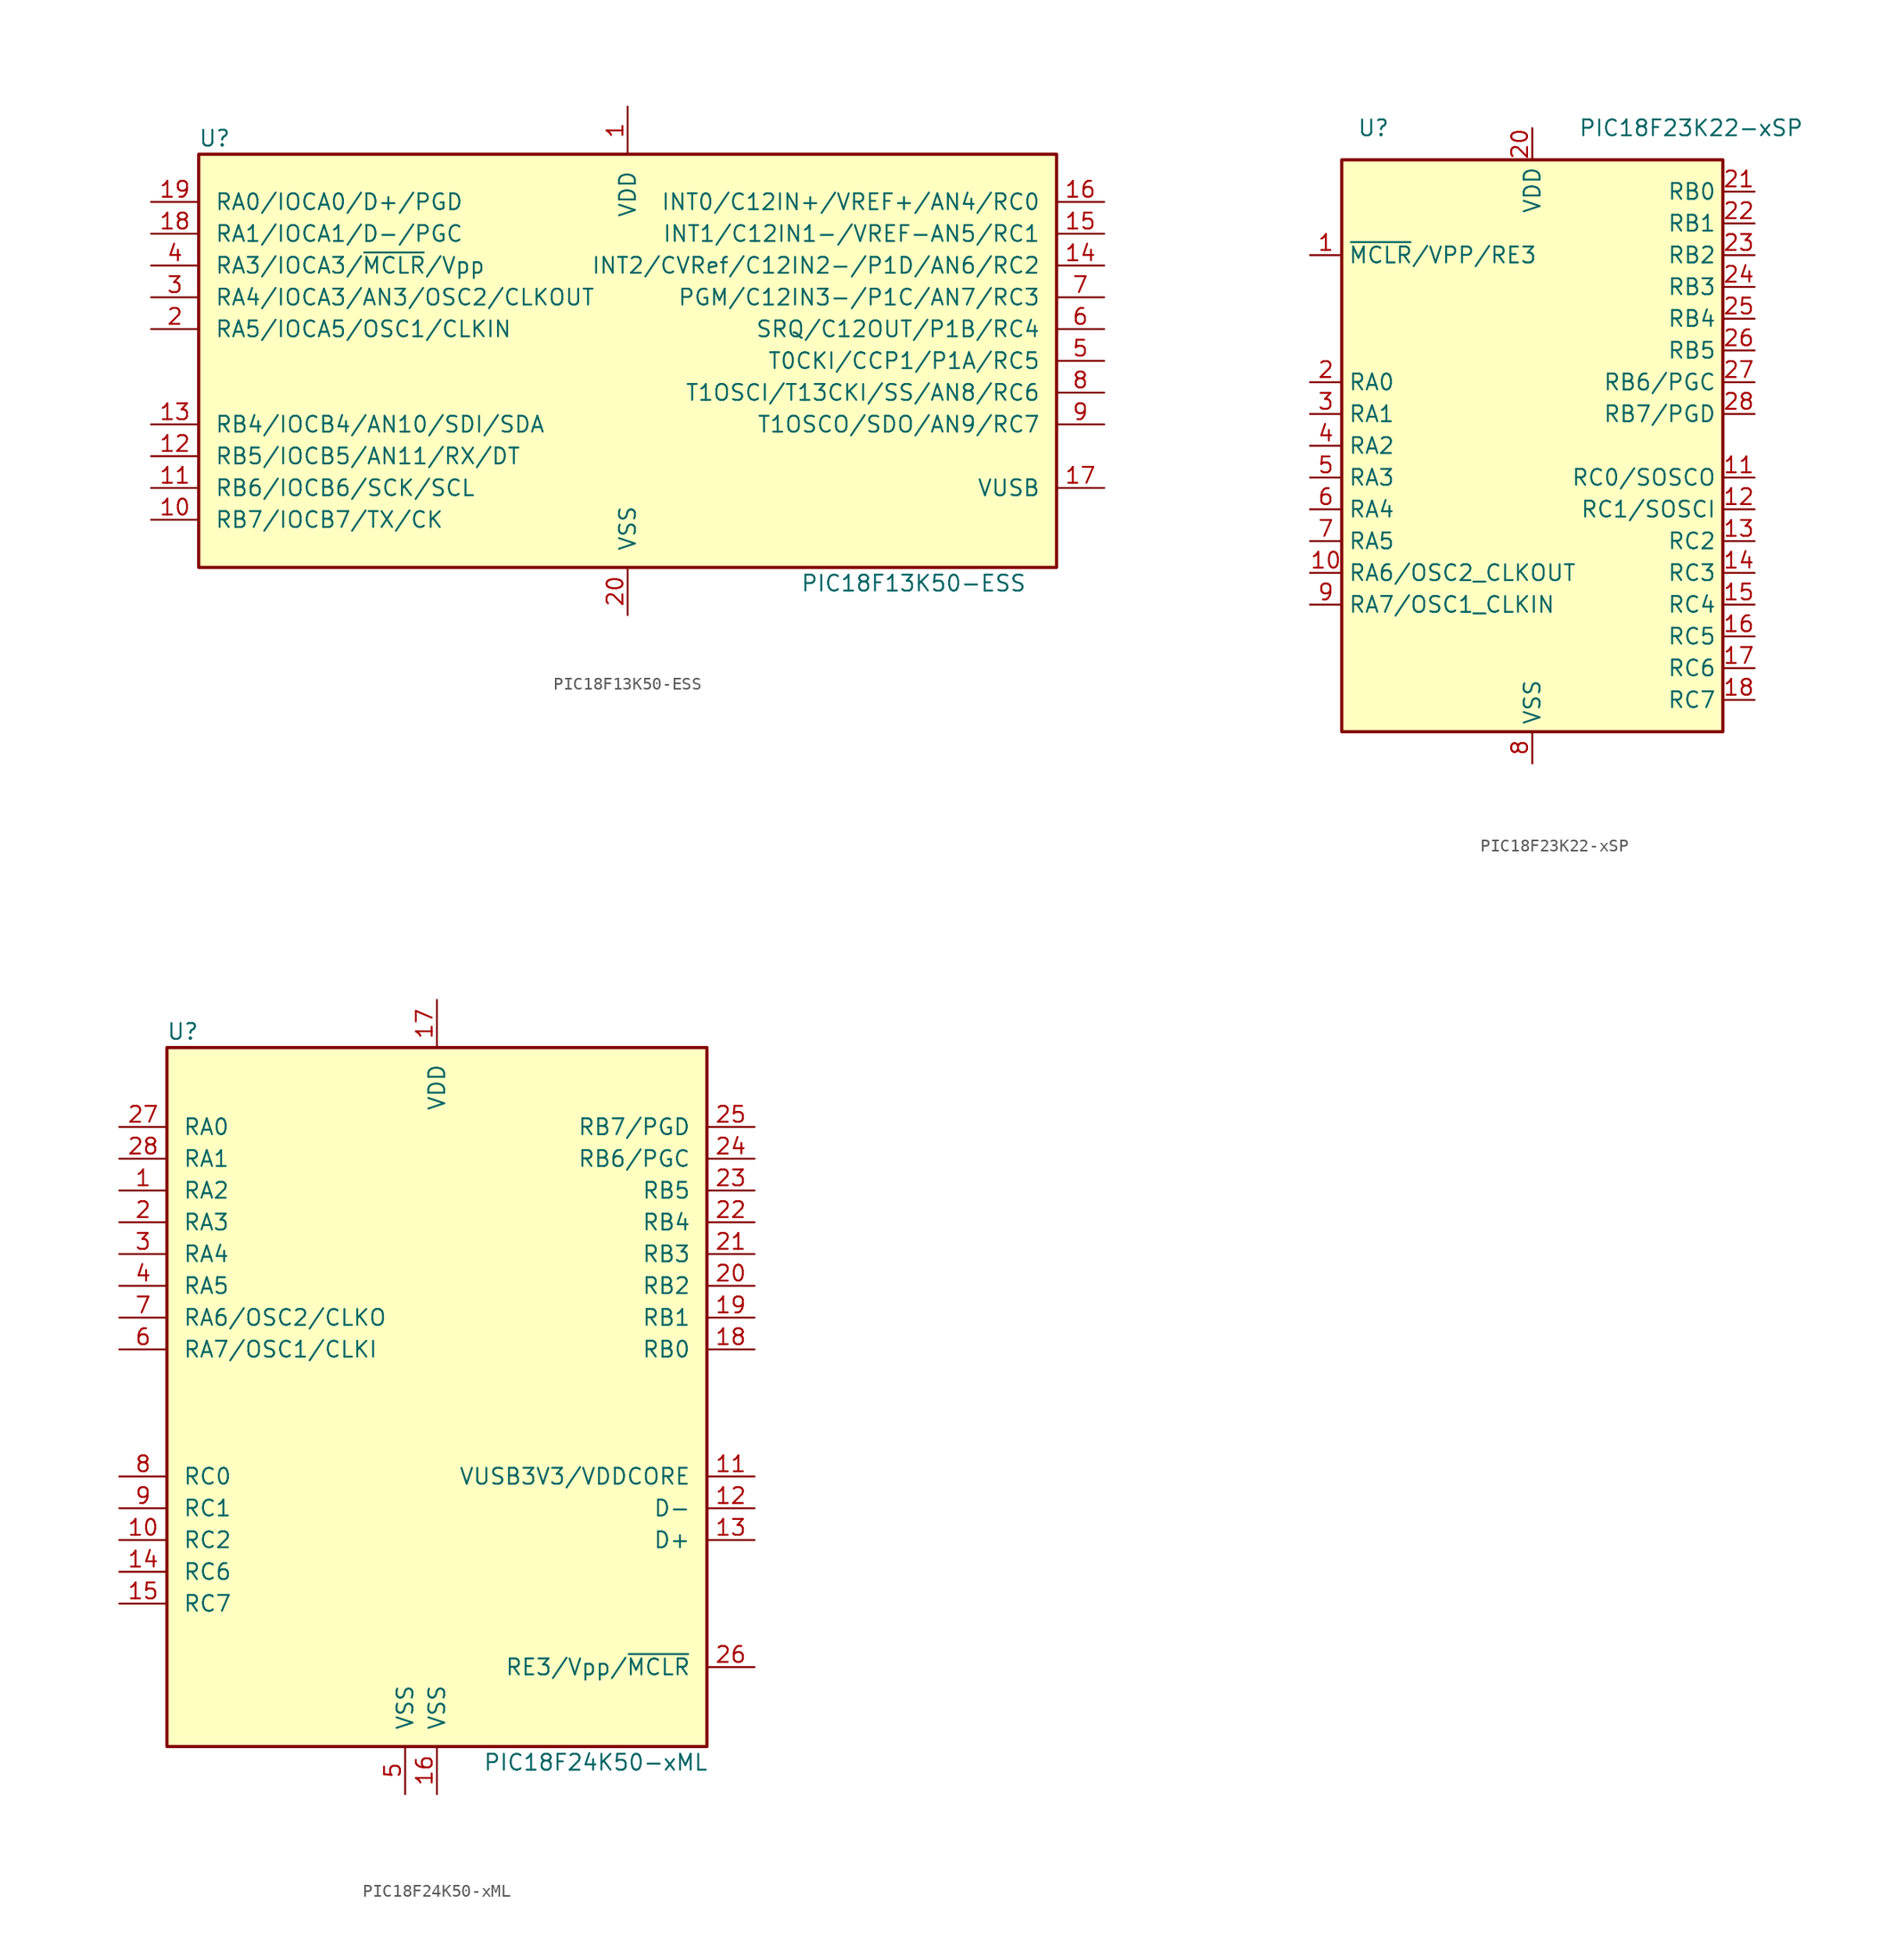
<source format=kicad_sym>
(kicad_symbol_lib
  (version 20220914)
  (generator kicad_symbol_editor)
  (symbol "PIC18F13K50-ESS"
    (pin_names
      (offset 1.27))
    (property "Reference" "U"
      (at -33.02 17.78 0)
      (effects (font (size 1.27 1.27))))
    (property "Value" "PIC18F13K50-ESS"
      (at 22.86 -17.78 0)
      (effects (font (size 1.27 1.27))))
    (symbol "PIC18F13K50-ESS_0_1"
      (rectangle (start -34.29 16.51) (end 34.29 -16.51) (stroke (width 0.254) (type default)) (fill (type background))))
    (symbol "PIC18F13K50-ESS_1_1"
      (pin power_in line (at 0 20.32 270) (length 3.81) (name "VDD" (effects (font (size 1.27 1.27)))) (number "1" (effects (font (size 1.27 1.27)))))
      (pin bidirectional line (at -38.1 -12.7 0) (length 3.81) (name "RB7/IOCB7/TX/CK" (effects (font (size 1.27 1.27)))) (number "10" (effects (font (size 1.27 1.27)))))
      (pin bidirectional line (at -38.1 -10.16 0) (length 3.81) (name "RB6/IOCB6/SCK/SCL" (effects (font (size 1.27 1.27)))) (number "11" (effects (font (size 1.27 1.27)))))
      (pin bidirectional line (at -38.1 -7.62 0) (length 3.81) (name "RB5/IOCB5/AN11/RX/DT" (effects (font (size 1.27 1.27)))) (number "12" (effects (font (size 1.27 1.27)))))
      (pin bidirectional line (at -38.1 -5.08 0) (length 3.81) (name "RB4/IOCB4/AN10/SDI/SDA" (effects (font (size 1.27 1.27)))) (number "13" (effects (font (size 1.27 1.27)))))
      (pin bidirectional line (at 38.1 7.62 180) (length 3.81) (name "INT2/CVRef/C12IN2-/P1D/AN6/RC2" (effects (font (size 1.27 1.27)))) (number "14" (effects (font (size 1.27 1.27)))))
      (pin bidirectional line (at 38.1 10.16 180) (length 3.81) (name "INT1/C12IN1-/VREF-AN5/RC1" (effects (font (size 1.27 1.27)))) (number "15" (effects (font (size 1.27 1.27)))))
      (pin bidirectional line (at 38.1 12.7 180) (length 3.81) (name "INT0/C12IN+/VREF+/AN4/RC0" (effects (font (size 1.27 1.27)))) (number "16" (effects (font (size 1.27 1.27)))))
      (pin passive line (at 38.1 -10.16 180) (length 3.81) (name "VUSB" (effects (font (size 1.27 1.27)))) (number "17" (effects (font (size 1.27 1.27)))))
      (pin bidirectional line (at -38.1 10.16 0) (length 3.81) (name "RA1/IOCA1/D-/PGC" (effects (font (size 1.27 1.27)))) (number "18" (effects (font (size 1.27 1.27)))))
      (pin bidirectional line (at -38.1 12.7 0) (length 3.81) (name "RA0/IOCA0/D+/PGD" (effects (font (size 1.27 1.27)))) (number "19" (effects (font (size 1.27 1.27)))))
      (pin bidirectional line (at -38.1 2.54 0) (length 3.81) (name "RA5/IOCA5/OSC1/CLKIN" (effects (font (size 1.27 1.27)))) (number "2" (effects (font (size 1.27 1.27)))))
      (pin power_in line (at 0 -20.32 90) (length 3.81) (name "VSS" (effects (font (size 1.27 1.27)))) (number "20" (effects (font (size 1.27 1.27)))))
      (pin bidirectional line (at -38.1 5.08 0) (length 3.81) (name "RA4/IOCA3/AN3/OSC2/CLKOUT" (effects (font (size 1.27 1.27)))) (number "3" (effects (font (size 1.27 1.27)))))
      (pin input line (at -38.1 7.62 0) (length 3.81) (name "RA3/IOCA3/~{MCLR}/Vpp" (effects (font (size 1.27 1.27)))) (number "4" (effects (font (size 1.27 1.27)))))
      (pin bidirectional line (at 38.1 0 180) (length 3.81) (name "T0CKI/CCP1/P1A/RC5" (effects (font (size 1.27 1.27)))) (number "5" (effects (font (size 1.27 1.27)))))
      (pin bidirectional line (at 38.1 2.54 180) (length 3.81) (name "SRQ/C12OUT/P1B/RC4" (effects (font (size 1.27 1.27)))) (number "6" (effects (font (size 1.27 1.27)))))
      (pin bidirectional line (at 38.1 5.08 180) (length 3.81) (name "PGM/C12IN3-/P1C/AN7/RC3" (effects (font (size 1.27 1.27)))) (number "7" (effects (font (size 1.27 1.27)))))
      (pin bidirectional line (at 38.1 -2.54 180) (length 3.81) (name "T1OSCI/T13CKI/SS/AN8/RC6" (effects (font (size 1.27 1.27)))) (number "8" (effects (font (size 1.27 1.27)))))
      (pin bidirectional line (at 38.1 -5.08 180) (length 3.81) (name "T1OSCO/SDO/AN9/RC7" (effects (font (size 1.27 1.27)))) (number "9" (effects (font (size 1.27 1.27)))))))
  (symbol "PIC18F23K22-xSP"
    (property "Reference" "U"
      (at -12.7 25.4 0)
      (effects (font (size 1.27 1.27))))
    (property "Value" "PIC18F23K22-xSP"
      (at 12.7 25.4 0)
      (effects (font (size 1.27 1.27))))
    (symbol "PIC18F23K22-xSP_1_1"
      (rectangle (start -15.24 22.86) (end 15.24 -22.86) (stroke (width 0.254) (type default)) (fill (type background)))
      (pin input line (at -17.78 15.24 0) (length 2.54) (name "~{MCLR}/VPP/RE3" (effects (font (size 1.27 1.27)))) (number "1" (effects (font (size 1.27 1.27)))))
      (pin bidirectional line (at -17.78 -10.16 0) (length 2.54) (name "RA6/OSC2_CLKOUT" (effects (font (size 1.27 1.27)))) (number "10" (effects (font (size 1.27 1.27)))))
      (pin bidirectional line (at 17.78 -2.54 180) (length 2.54) (name "RC0/SOSCO" (effects (font (size 1.27 1.27)))) (number "11" (effects (font (size 1.27 1.27)))))
      (pin bidirectional line (at 17.78 -5.08 180) (length 2.54) (name "RC1/SOSCI" (effects (font (size 1.27 1.27)))) (number "12" (effects (font (size 1.27 1.27)))))
      (pin bidirectional line (at 17.78 -7.62 180) (length 2.54) (name "RC2" (effects (font (size 1.27 1.27)))) (number "13" (effects (font (size 1.27 1.27)))))
      (pin bidirectional line (at 17.78 -10.16 180) (length 2.54) (name "RC3" (effects (font (size 1.27 1.27)))) (number "14" (effects (font (size 1.27 1.27)))))
      (pin bidirectional line (at 17.78 -12.7 180) (length 2.54) (name "RC4" (effects (font (size 1.27 1.27)))) (number "15" (effects (font (size 1.27 1.27)))))
      (pin bidirectional line (at 17.78 -15.24 180) (length 2.54) (name "RC5" (effects (font (size 1.27 1.27)))) (number "16" (effects (font (size 1.27 1.27)))))
      (pin bidirectional line (at 17.78 -17.78 180) (length 2.54) (name "RC6" (effects (font (size 1.27 1.27)))) (number "17" (effects (font (size 1.27 1.27)))))
      (pin bidirectional line (at 17.78 -20.32 180) (length 2.54) (name "RC7" (effects (font (size 1.27 1.27)))) (number "18" (effects (font (size 1.27 1.27)))))
      (pin passive line (at 0 -25.4 90) (length 2.54) hide (name "VSS" (effects (font (size 1.27 1.27)))) (number "19" (effects (font (size 1.27 1.27)))))
      (pin bidirectional line (at -17.78 5.08 0) (length 2.54) (name "RA0" (effects (font (size 1.27 1.27)))) (number "2" (effects (font (size 1.27 1.27)))))
      (pin power_in line (at 0 25.4 270) (length 2.54) (name "VDD" (effects (font (size 1.27 1.27)))) (number "20" (effects (font (size 1.27 1.27)))))
      (pin bidirectional line (at 17.78 20.32 180) (length 2.54) (name "RB0" (effects (font (size 1.27 1.27)))) (number "21" (effects (font (size 1.27 1.27)))))
      (pin bidirectional line (at 17.78 17.78 180) (length 2.54) (name "RB1" (effects (font (size 1.27 1.27)))) (number "22" (effects (font (size 1.27 1.27)))))
      (pin bidirectional line (at 17.78 15.24 180) (length 2.54) (name "RB2" (effects (font (size 1.27 1.27)))) (number "23" (effects (font (size 1.27 1.27)))))
      (pin bidirectional line (at 17.78 12.7 180) (length 2.54) (name "RB3" (effects (font (size 1.27 1.27)))) (number "24" (effects (font (size 1.27 1.27)))))
      (pin bidirectional line (at 17.78 10.16 180) (length 2.54) (name "RB4" (effects (font (size 1.27 1.27)))) (number "25" (effects (font (size 1.27 1.27)))))
      (pin bidirectional line (at 17.78 7.62 180) (length 2.54) (name "RB5" (effects (font (size 1.27 1.27)))) (number "26" (effects (font (size 1.27 1.27)))))
      (pin bidirectional line (at 17.78 5.08 180) (length 2.54) (name "RB6/PGC" (effects (font (size 1.27 1.27)))) (number "27" (effects (font (size 1.27 1.27)))))
      (pin bidirectional line (at 17.78 2.54 180) (length 2.54) (name "RB7/PGD" (effects (font (size 1.27 1.27)))) (number "28" (effects (font (size 1.27 1.27)))))
      (pin bidirectional line (at -17.78 2.54 0) (length 2.54) (name "RA1" (effects (font (size 1.27 1.27)))) (number "3" (effects (font (size 1.27 1.27)))))
      (pin bidirectional line (at -17.78 0 0) (length 2.54) (name "RA2" (effects (font (size 1.27 1.27)))) (number "4" (effects (font (size 1.27 1.27)))))
      (pin bidirectional line (at -17.78 -2.54 0) (length 2.54) (name "RA3" (effects (font (size 1.27 1.27)))) (number "5" (effects (font (size 1.27 1.27)))))
      (pin bidirectional line (at -17.78 -5.08 0) (length 2.54) (name "RA4" (effects (font (size 1.27 1.27)))) (number "6" (effects (font (size 1.27 1.27)))))
      (pin bidirectional line (at -17.78 -7.62 0) (length 2.54) (name "RA5" (effects (font (size 1.27 1.27)))) (number "7" (effects (font (size 1.27 1.27)))))
      (pin power_in line (at 0 -25.4 90) (length 2.54) (name "VSS" (effects (font (size 1.27 1.27)))) (number "8" (effects (font (size 1.27 1.27)))))
      (pin bidirectional line (at -17.78 -12.7 0) (length 2.54) (name "RA7/OSC1_CLKIN" (effects (font (size 1.27 1.27)))) (number "9" (effects (font (size 1.27 1.27)))))))
  (symbol "PIC18F24K50-xML"
    (pin_names
      (offset 1.27))
    (property "Reference" "U"
      (at -20.32 30.48 0)
      (effects (font (size 1.27 1.27))))
    (property "Value" "PIC18F24K50-xML"
      (at 12.7 -27.94 0)
      (effects (font (size 1.27 1.27))))
    (symbol "PIC18F24K50-xML_0_1"
      (rectangle (start -21.59 29.21) (end 21.59 -26.67) (stroke (width 0.254) (type default)) (fill (type background))))
    (symbol "PIC18F24K50-xML_1_1"
      (pin bidirectional line (at -25.4 17.78 0) (length 3.81) (name "RA2" (effects (font (size 1.27 1.27)))) (number "1" (effects (font (size 1.27 1.27)))))
      (pin bidirectional line (at -25.4 -10.16 0) (length 3.81) (name "RC2" (effects (font (size 1.27 1.27)))) (number "10" (effects (font (size 1.27 1.27)))))
      (pin bidirectional line (at 25.4 -5.08 180) (length 3.81) (name "VUSB3V3/VDDCORE" (effects (font (size 1.27 1.27)))) (number "11" (effects (font (size 1.27 1.27)))))
      (pin bidirectional line (at 25.4 -7.62 180) (length 3.81) (name "D-" (effects (font (size 1.27 1.27)))) (number "12" (effects (font (size 1.27 1.27)))))
      (pin bidirectional line (at 25.4 -10.16 180) (length 3.81) (name "D+" (effects (font (size 1.27 1.27)))) (number "13" (effects (font (size 1.27 1.27)))))
      (pin bidirectional line (at -25.4 -12.7 0) (length 3.81) (name "RC6" (effects (font (size 1.27 1.27)))) (number "14" (effects (font (size 1.27 1.27)))))
      (pin bidirectional line (at -25.4 -15.24 0) (length 3.81) (name "RC7" (effects (font (size 1.27 1.27)))) (number "15" (effects (font (size 1.27 1.27)))))
      (pin power_in line (at 0 -30.48 90) (length 3.81) (name "VSS" (effects (font (size 1.27 1.27)))) (number "16" (effects (font (size 1.27 1.27)))))
      (pin power_in line (at 0 33.02 270) (length 3.81) (name "VDD" (effects (font (size 1.27 1.27)))) (number "17" (effects (font (size 1.27 1.27)))))
      (pin bidirectional line (at 25.4 5.08 180) (length 3.81) (name "RB0" (effects (font (size 1.27 1.27)))) (number "18" (effects (font (size 1.27 1.27)))))
      (pin bidirectional line (at 25.4 7.62 180) (length 3.81) (name "RB1" (effects (font (size 1.27 1.27)))) (number "19" (effects (font (size 1.27 1.27)))))
      (pin bidirectional line (at -25.4 15.24 0) (length 3.81) (name "RA3" (effects (font (size 1.27 1.27)))) (number "2" (effects (font (size 1.27 1.27)))))
      (pin bidirectional line (at 25.4 10.16 180) (length 3.81) (name "RB2" (effects (font (size 1.27 1.27)))) (number "20" (effects (font (size 1.27 1.27)))))
      (pin bidirectional line (at 25.4 12.7 180) (length 3.81) (name "RB3" (effects (font (size 1.27 1.27)))) (number "21" (effects (font (size 1.27 1.27)))))
      (pin bidirectional line (at 25.4 15.24 180) (length 3.81) (name "RB4" (effects (font (size 1.27 1.27)))) (number "22" (effects (font (size 1.27 1.27)))))
      (pin bidirectional line (at 25.4 17.78 180) (length 3.81) (name "RB5" (effects (font (size 1.27 1.27)))) (number "23" (effects (font (size 1.27 1.27)))))
      (pin bidirectional line (at 25.4 20.32 180) (length 3.81) (name "RB6/PGC" (effects (font (size 1.27 1.27)))) (number "24" (effects (font (size 1.27 1.27)))))
      (pin bidirectional line (at 25.4 22.86 180) (length 3.81) (name "RB7/PGD" (effects (font (size 1.27 1.27)))) (number "25" (effects (font (size 1.27 1.27)))))
      (pin input line (at 25.4 -20.32 180) (length 3.81) (name "RE3/Vpp/~{MCLR}" (effects (font (size 1.27 1.27)))) (number "26" (effects (font (size 1.27 1.27)))))
      (pin bidirectional line (at -25.4 22.86 0) (length 3.81) (name "RA0" (effects (font (size 1.27 1.27)))) (number "27" (effects (font (size 1.27 1.27)))))
      (pin bidirectional line (at -25.4 20.32 0) (length 3.81) (name "RA1" (effects (font (size 1.27 1.27)))) (number "28" (effects (font (size 1.27 1.27)))))
      (pin bidirectional line (at -25.4 12.7 0) (length 3.81) (name "RA4" (effects (font (size 1.27 1.27)))) (number "3" (effects (font (size 1.27 1.27)))))
      (pin bidirectional line (at -25.4 10.16 0) (length 3.81) (name "RA5" (effects (font (size 1.27 1.27)))) (number "4" (effects (font (size 1.27 1.27)))))
      (pin power_in line (at -2.54 -30.48 90) (length 3.81) (name "VSS" (effects (font (size 1.27 1.27)))) (number "5" (effects (font (size 1.27 1.27)))))
      (pin input line (at -25.4 5.08 0) (length 3.81) (name "RA7/OSC1/CLKI" (effects (font (size 1.27 1.27)))) (number "6" (effects (font (size 1.27 1.27)))))
      (pin output line (at -25.4 7.62 0) (length 3.81) (name "RA6/OSC2/CLKO" (effects (font (size 1.27 1.27)))) (number "7" (effects (font (size 1.27 1.27)))))
      (pin bidirectional line (at -25.4 -5.08 0) (length 3.81) (name "RC0" (effects (font (size 1.27 1.27)))) (number "8" (effects (font (size 1.27 1.27)))))
      (pin bidirectional line (at -25.4 -7.62 0) (length 3.81) (name "RC1" (effects (font (size 1.27 1.27)))) (number "9" (effects (font (size 1.27 1.27))))))))
</source>
